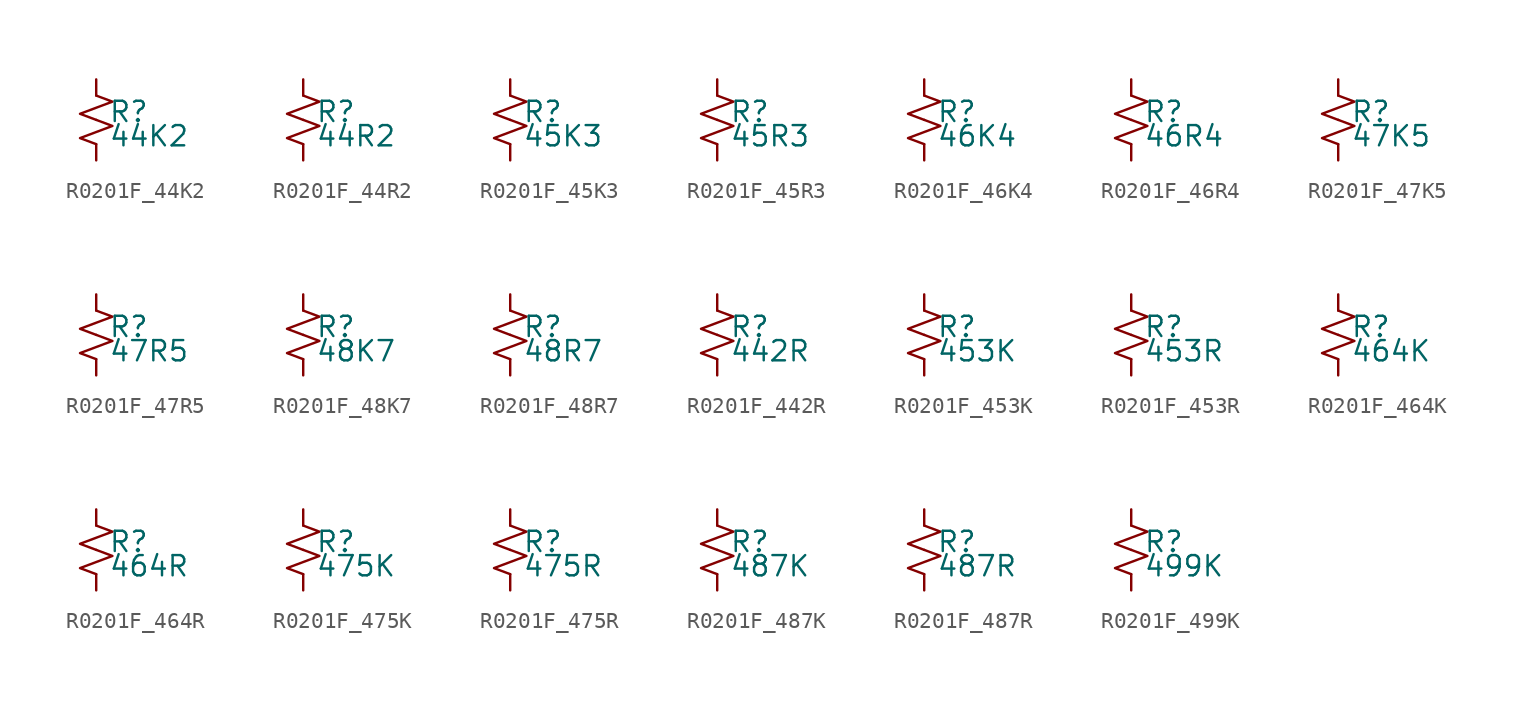
<source format=kicad_sym>
(kicad_symbol_lib
  (version 20220914)
  (generator kicad_symbol_editor)
  (symbol "R0201F_44K2"
    (pin_numbers hide)
    (pin_names
      (offset 0.254) hide)
    (property "Reference" "R"
      (at 0.762 0.508 0)
      (effects (font (size 1.27 1.27)) (justify left)))
    (property "Value" "44K2"
      (at 0.762 -1.016 0)
      (effects (font (size 1.27 1.27)) (justify left)))
    (symbol "R0201F_44K2_1_1"
      (polyline (pts (xy 0 0) (xy 1.016 -0.381) (xy 0 -0.762) (xy -1.016 -1.143) (xy 0 -1.524)) (stroke (width 0) (type default)) (fill (type none)))
      (polyline (pts (xy 0 1.524) (xy 1.016 1.143) (xy 0 0.762) (xy -1.016 0.381) (xy 0 0)) (stroke (width 0) (type default)) (fill (type none)))
      (pin passive line (at 0 2.54 270) (length 1.016) (name "~" (effects (font (size 1.27 1.27)))) (number "1" (effects (font (size 1.27 1.27)))))
      (pin passive line (at 0 -2.54 90) (length 1.016) (name "~" (effects (font (size 1.27 1.27)))) (number "2" (effects (font (size 1.27 1.27)))))))
  (symbol "R0201F_44R2"
    (pin_numbers hide)
    (pin_names
      (offset 0.254) hide)
    (property "Reference" "R"
      (at 0.762 0.508 0)
      (effects (font (size 1.27 1.27)) (justify left)))
    (property "Value" "44R2"
      (at 0.762 -1.016 0)
      (effects (font (size 1.27 1.27)) (justify left)))
    (symbol "R0201F_44R2_1_1"
      (polyline (pts (xy 0 0) (xy 1.016 -0.381) (xy 0 -0.762) (xy -1.016 -1.143) (xy 0 -1.524)) (stroke (width 0) (type default)) (fill (type none)))
      (polyline (pts (xy 0 1.524) (xy 1.016 1.143) (xy 0 0.762) (xy -1.016 0.381) (xy 0 0)) (stroke (width 0) (type default)) (fill (type none)))
      (pin passive line (at 0 2.54 270) (length 1.016) (name "~" (effects (font (size 1.27 1.27)))) (number "1" (effects (font (size 1.27 1.27)))))
      (pin passive line (at 0 -2.54 90) (length 1.016) (name "~" (effects (font (size 1.27 1.27)))) (number "2" (effects (font (size 1.27 1.27)))))))
  (symbol "R0201F_45K3"
    (pin_numbers hide)
    (pin_names
      (offset 0.254) hide)
    (property "Reference" "R"
      (at 0.762 0.508 0)
      (effects (font (size 1.27 1.27)) (justify left)))
    (property "Value" "45K3"
      (at 0.762 -1.016 0)
      (effects (font (size 1.27 1.27)) (justify left)))
    (symbol "R0201F_45K3_1_1"
      (polyline (pts (xy 0 0) (xy 1.016 -0.381) (xy 0 -0.762) (xy -1.016 -1.143) (xy 0 -1.524)) (stroke (width 0) (type default)) (fill (type none)))
      (polyline (pts (xy 0 1.524) (xy 1.016 1.143) (xy 0 0.762) (xy -1.016 0.381) (xy 0 0)) (stroke (width 0) (type default)) (fill (type none)))
      (pin passive line (at 0 2.54 270) (length 1.016) (name "~" (effects (font (size 1.27 1.27)))) (number "1" (effects (font (size 1.27 1.27)))))
      (pin passive line (at 0 -2.54 90) (length 1.016) (name "~" (effects (font (size 1.27 1.27)))) (number "2" (effects (font (size 1.27 1.27)))))))
  (symbol "R0201F_45R3"
    (pin_numbers hide)
    (pin_names
      (offset 0.254) hide)
    (property "Reference" "R"
      (at 0.762 0.508 0)
      (effects (font (size 1.27 1.27)) (justify left)))
    (property "Value" "45R3"
      (at 0.762 -1.016 0)
      (effects (font (size 1.27 1.27)) (justify left)))
    (symbol "R0201F_45R3_1_1"
      (polyline (pts (xy 0 0) (xy 1.016 -0.381) (xy 0 -0.762) (xy -1.016 -1.143) (xy 0 -1.524)) (stroke (width 0) (type default)) (fill (type none)))
      (polyline (pts (xy 0 1.524) (xy 1.016 1.143) (xy 0 0.762) (xy -1.016 0.381) (xy 0 0)) (stroke (width 0) (type default)) (fill (type none)))
      (pin passive line (at 0 2.54 270) (length 1.016) (name "~" (effects (font (size 1.27 1.27)))) (number "1" (effects (font (size 1.27 1.27)))))
      (pin passive line (at 0 -2.54 90) (length 1.016) (name "~" (effects (font (size 1.27 1.27)))) (number "2" (effects (font (size 1.27 1.27)))))))
  (symbol "R0201F_46K4"
    (pin_numbers hide)
    (pin_names
      (offset 0.254) hide)
    (property "Reference" "R"
      (at 0.762 0.508 0)
      (effects (font (size 1.27 1.27)) (justify left)))
    (property "Value" "46K4"
      (at 0.762 -1.016 0)
      (effects (font (size 1.27 1.27)) (justify left)))
    (symbol "R0201F_46K4_1_1"
      (polyline (pts (xy 0 0) (xy 1.016 -0.381) (xy 0 -0.762) (xy -1.016 -1.143) (xy 0 -1.524)) (stroke (width 0) (type default)) (fill (type none)))
      (polyline (pts (xy 0 1.524) (xy 1.016 1.143) (xy 0 0.762) (xy -1.016 0.381) (xy 0 0)) (stroke (width 0) (type default)) (fill (type none)))
      (pin passive line (at 0 2.54 270) (length 1.016) (name "~" (effects (font (size 1.27 1.27)))) (number "1" (effects (font (size 1.27 1.27)))))
      (pin passive line (at 0 -2.54 90) (length 1.016) (name "~" (effects (font (size 1.27 1.27)))) (number "2" (effects (font (size 1.27 1.27)))))))
  (symbol "R0201F_46R4"
    (pin_numbers hide)
    (pin_names
      (offset 0.254) hide)
    (property "Reference" "R"
      (at 0.762 0.508 0)
      (effects (font (size 1.27 1.27)) (justify left)))
    (property "Value" "46R4"
      (at 0.762 -1.016 0)
      (effects (font (size 1.27 1.27)) (justify left)))
    (symbol "R0201F_46R4_1_1"
      (polyline (pts (xy 0 0) (xy 1.016 -0.381) (xy 0 -0.762) (xy -1.016 -1.143) (xy 0 -1.524)) (stroke (width 0) (type default)) (fill (type none)))
      (polyline (pts (xy 0 1.524) (xy 1.016 1.143) (xy 0 0.762) (xy -1.016 0.381) (xy 0 0)) (stroke (width 0) (type default)) (fill (type none)))
      (pin passive line (at 0 2.54 270) (length 1.016) (name "~" (effects (font (size 1.27 1.27)))) (number "1" (effects (font (size 1.27 1.27)))))
      (pin passive line (at 0 -2.54 90) (length 1.016) (name "~" (effects (font (size 1.27 1.27)))) (number "2" (effects (font (size 1.27 1.27)))))))
  (symbol "R0201F_47K5"
    (pin_numbers hide)
    (pin_names
      (offset 0.254) hide)
    (property "Reference" "R"
      (at 0.762 0.508 0)
      (effects (font (size 1.27 1.27)) (justify left)))
    (property "Value" "47K5"
      (at 0.762 -1.016 0)
      (effects (font (size 1.27 1.27)) (justify left)))
    (symbol "R0201F_47K5_1_1"
      (polyline (pts (xy 0 0) (xy 1.016 -0.381) (xy 0 -0.762) (xy -1.016 -1.143) (xy 0 -1.524)) (stroke (width 0) (type default)) (fill (type none)))
      (polyline (pts (xy 0 1.524) (xy 1.016 1.143) (xy 0 0.762) (xy -1.016 0.381) (xy 0 0)) (stroke (width 0) (type default)) (fill (type none)))
      (pin passive line (at 0 2.54 270) (length 1.016) (name "~" (effects (font (size 1.27 1.27)))) (number "1" (effects (font (size 1.27 1.27)))))
      (pin passive line (at 0 -2.54 90) (length 1.016) (name "~" (effects (font (size 1.27 1.27)))) (number "2" (effects (font (size 1.27 1.27)))))))
  (symbol "R0201F_47R5"
    (pin_numbers hide)
    (pin_names
      (offset 0.254) hide)
    (property "Reference" "R"
      (at 0.762 0.508 0)
      (effects (font (size 1.27 1.27)) (justify left)))
    (property "Value" "47R5"
      (at 0.762 -1.016 0)
      (effects (font (size 1.27 1.27)) (justify left)))
    (symbol "R0201F_47R5_1_1"
      (polyline (pts (xy 0 0) (xy 1.016 -0.381) (xy 0 -0.762) (xy -1.016 -1.143) (xy 0 -1.524)) (stroke (width 0) (type default)) (fill (type none)))
      (polyline (pts (xy 0 1.524) (xy 1.016 1.143) (xy 0 0.762) (xy -1.016 0.381) (xy 0 0)) (stroke (width 0) (type default)) (fill (type none)))
      (pin passive line (at 0 2.54 270) (length 1.016) (name "~" (effects (font (size 1.27 1.27)))) (number "1" (effects (font (size 1.27 1.27)))))
      (pin passive line (at 0 -2.54 90) (length 1.016) (name "~" (effects (font (size 1.27 1.27)))) (number "2" (effects (font (size 1.27 1.27)))))))
  (symbol "R0201F_48K7"
    (pin_numbers hide)
    (pin_names
      (offset 0.254) hide)
    (property "Reference" "R"
      (at 0.762 0.508 0)
      (effects (font (size 1.27 1.27)) (justify left)))
    (property "Value" "48K7"
      (at 0.762 -1.016 0)
      (effects (font (size 1.27 1.27)) (justify left)))
    (symbol "R0201F_48K7_1_1"
      (polyline (pts (xy 0 0) (xy 1.016 -0.381) (xy 0 -0.762) (xy -1.016 -1.143) (xy 0 -1.524)) (stroke (width 0) (type default)) (fill (type none)))
      (polyline (pts (xy 0 1.524) (xy 1.016 1.143) (xy 0 0.762) (xy -1.016 0.381) (xy 0 0)) (stroke (width 0) (type default)) (fill (type none)))
      (pin passive line (at 0 2.54 270) (length 1.016) (name "~" (effects (font (size 1.27 1.27)))) (number "1" (effects (font (size 1.27 1.27)))))
      (pin passive line (at 0 -2.54 90) (length 1.016) (name "~" (effects (font (size 1.27 1.27)))) (number "2" (effects (font (size 1.27 1.27)))))))
  (symbol "R0201F_48R7"
    (pin_numbers hide)
    (pin_names
      (offset 0.254) hide)
    (property "Reference" "R"
      (at 0.762 0.508 0)
      (effects (font (size 1.27 1.27)) (justify left)))
    (property "Value" "48R7"
      (at 0.762 -1.016 0)
      (effects (font (size 1.27 1.27)) (justify left)))
    (symbol "R0201F_48R7_1_1"
      (polyline (pts (xy 0 0) (xy 1.016 -0.381) (xy 0 -0.762) (xy -1.016 -1.143) (xy 0 -1.524)) (stroke (width 0) (type default)) (fill (type none)))
      (polyline (pts (xy 0 1.524) (xy 1.016 1.143) (xy 0 0.762) (xy -1.016 0.381) (xy 0 0)) (stroke (width 0) (type default)) (fill (type none)))
      (pin passive line (at 0 2.54 270) (length 1.016) (name "~" (effects (font (size 1.27 1.27)))) (number "1" (effects (font (size 1.27 1.27)))))
      (pin passive line (at 0 -2.54 90) (length 1.016) (name "~" (effects (font (size 1.27 1.27)))) (number "2" (effects (font (size 1.27 1.27)))))))
  (symbol "R0201F_442R"
    (pin_numbers hide)
    (pin_names
      (offset 0.254) hide)
    (property "Reference" "R"
      (at 0.762 0.508 0)
      (effects (font (size 1.27 1.27)) (justify left)))
    (property "Value" "442R"
      (at 0.762 -1.016 0)
      (effects (font (size 1.27 1.27)) (justify left)))
    (symbol "R0201F_442R_1_1"
      (polyline (pts (xy 0 0) (xy 1.016 -0.381) (xy 0 -0.762) (xy -1.016 -1.143) (xy 0 -1.524)) (stroke (width 0) (type default)) (fill (type none)))
      (polyline (pts (xy 0 1.524) (xy 1.016 1.143) (xy 0 0.762) (xy -1.016 0.381) (xy 0 0)) (stroke (width 0) (type default)) (fill (type none)))
      (pin passive line (at 0 2.54 270) (length 1.016) (name "~" (effects (font (size 1.27 1.27)))) (number "1" (effects (font (size 1.27 1.27)))))
      (pin passive line (at 0 -2.54 90) (length 1.016) (name "~" (effects (font (size 1.27 1.27)))) (number "2" (effects (font (size 1.27 1.27)))))))
  (symbol "R0201F_453K"
    (pin_numbers hide)
    (pin_names
      (offset 0.254) hide)
    (property "Reference" "R"
      (at 0.762 0.508 0)
      (effects (font (size 1.27 1.27)) (justify left)))
    (property "Value" "453K"
      (at 0.762 -1.016 0)
      (effects (font (size 1.27 1.27)) (justify left)))
    (symbol "R0201F_453K_1_1"
      (polyline (pts (xy 0 0) (xy 1.016 -0.381) (xy 0 -0.762) (xy -1.016 -1.143) (xy 0 -1.524)) (stroke (width 0) (type default)) (fill (type none)))
      (polyline (pts (xy 0 1.524) (xy 1.016 1.143) (xy 0 0.762) (xy -1.016 0.381) (xy 0 0)) (stroke (width 0) (type default)) (fill (type none)))
      (pin passive line (at 0 2.54 270) (length 1.016) (name "~" (effects (font (size 1.27 1.27)))) (number "1" (effects (font (size 1.27 1.27)))))
      (pin passive line (at 0 -2.54 90) (length 1.016) (name "~" (effects (font (size 1.27 1.27)))) (number "2" (effects (font (size 1.27 1.27)))))))
  (symbol "R0201F_453R"
    (pin_numbers hide)
    (pin_names
      (offset 0.254) hide)
    (property "Reference" "R"
      (at 0.762 0.508 0)
      (effects (font (size 1.27 1.27)) (justify left)))
    (property "Value" "453R"
      (at 0.762 -1.016 0)
      (effects (font (size 1.27 1.27)) (justify left)))
    (symbol "R0201F_453R_1_1"
      (polyline (pts (xy 0 0) (xy 1.016 -0.381) (xy 0 -0.762) (xy -1.016 -1.143) (xy 0 -1.524)) (stroke (width 0) (type default)) (fill (type none)))
      (polyline (pts (xy 0 1.524) (xy 1.016 1.143) (xy 0 0.762) (xy -1.016 0.381) (xy 0 0)) (stroke (width 0) (type default)) (fill (type none)))
      (pin passive line (at 0 2.54 270) (length 1.016) (name "~" (effects (font (size 1.27 1.27)))) (number "1" (effects (font (size 1.27 1.27)))))
      (pin passive line (at 0 -2.54 90) (length 1.016) (name "~" (effects (font (size 1.27 1.27)))) (number "2" (effects (font (size 1.27 1.27)))))))
  (symbol "R0201F_464K"
    (pin_numbers hide)
    (pin_names
      (offset 0.254) hide)
    (property "Reference" "R"
      (at 0.762 0.508 0)
      (effects (font (size 1.27 1.27)) (justify left)))
    (property "Value" "464K"
      (at 0.762 -1.016 0)
      (effects (font (size 1.27 1.27)) (justify left)))
    (symbol "R0201F_464K_1_1"
      (polyline (pts (xy 0 0) (xy 1.016 -0.381) (xy 0 -0.762) (xy -1.016 -1.143) (xy 0 -1.524)) (stroke (width 0) (type default)) (fill (type none)))
      (polyline (pts (xy 0 1.524) (xy 1.016 1.143) (xy 0 0.762) (xy -1.016 0.381) (xy 0 0)) (stroke (width 0) (type default)) (fill (type none)))
      (pin passive line (at 0 2.54 270) (length 1.016) (name "~" (effects (font (size 1.27 1.27)))) (number "1" (effects (font (size 1.27 1.27)))))
      (pin passive line (at 0 -2.54 90) (length 1.016) (name "~" (effects (font (size 1.27 1.27)))) (number "2" (effects (font (size 1.27 1.27)))))))
  (symbol "R0201F_464R"
    (pin_numbers hide)
    (pin_names
      (offset 0.254) hide)
    (property "Reference" "R"
      (at 0.762 0.508 0)
      (effects (font (size 1.27 1.27)) (justify left)))
    (property "Value" "464R"
      (at 0.762 -1.016 0)
      (effects (font (size 1.27 1.27)) (justify left)))
    (symbol "R0201F_464R_1_1"
      (polyline (pts (xy 0 0) (xy 1.016 -0.381) (xy 0 -0.762) (xy -1.016 -1.143) (xy 0 -1.524)) (stroke (width 0) (type default)) (fill (type none)))
      (polyline (pts (xy 0 1.524) (xy 1.016 1.143) (xy 0 0.762) (xy -1.016 0.381) (xy 0 0)) (stroke (width 0) (type default)) (fill (type none)))
      (pin passive line (at 0 2.54 270) (length 1.016) (name "~" (effects (font (size 1.27 1.27)))) (number "1" (effects (font (size 1.27 1.27)))))
      (pin passive line (at 0 -2.54 90) (length 1.016) (name "~" (effects (font (size 1.27 1.27)))) (number "2" (effects (font (size 1.27 1.27)))))))
  (symbol "R0201F_475K"
    (pin_numbers hide)
    (pin_names
      (offset 0.254) hide)
    (property "Reference" "R"
      (at 0.762 0.508 0)
      (effects (font (size 1.27 1.27)) (justify left)))
    (property "Value" "475K"
      (at 0.762 -1.016 0)
      (effects (font (size 1.27 1.27)) (justify left)))
    (symbol "R0201F_475K_1_1"
      (polyline (pts (xy 0 0) (xy 1.016 -0.381) (xy 0 -0.762) (xy -1.016 -1.143) (xy 0 -1.524)) (stroke (width 0) (type default)) (fill (type none)))
      (polyline (pts (xy 0 1.524) (xy 1.016 1.143) (xy 0 0.762) (xy -1.016 0.381) (xy 0 0)) (stroke (width 0) (type default)) (fill (type none)))
      (pin passive line (at 0 2.54 270) (length 1.016) (name "~" (effects (font (size 1.27 1.27)))) (number "1" (effects (font (size 1.27 1.27)))))
      (pin passive line (at 0 -2.54 90) (length 1.016) (name "~" (effects (font (size 1.27 1.27)))) (number "2" (effects (font (size 1.27 1.27)))))))
  (symbol "R0201F_475R"
    (pin_numbers hide)
    (pin_names
      (offset 0.254) hide)
    (property "Reference" "R"
      (at 0.762 0.508 0)
      (effects (font (size 1.27 1.27)) (justify left)))
    (property "Value" "475R"
      (at 0.762 -1.016 0)
      (effects (font (size 1.27 1.27)) (justify left)))
    (symbol "R0201F_475R_1_1"
      (polyline (pts (xy 0 0) (xy 1.016 -0.381) (xy 0 -0.762) (xy -1.016 -1.143) (xy 0 -1.524)) (stroke (width 0) (type default)) (fill (type none)))
      (polyline (pts (xy 0 1.524) (xy 1.016 1.143) (xy 0 0.762) (xy -1.016 0.381) (xy 0 0)) (stroke (width 0) (type default)) (fill (type none)))
      (pin passive line (at 0 2.54 270) (length 1.016) (name "~" (effects (font (size 1.27 1.27)))) (number "1" (effects (font (size 1.27 1.27)))))
      (pin passive line (at 0 -2.54 90) (length 1.016) (name "~" (effects (font (size 1.27 1.27)))) (number "2" (effects (font (size 1.27 1.27)))))))
  (symbol "R0201F_487K"
    (pin_numbers hide)
    (pin_names
      (offset 0.254) hide)
    (property "Reference" "R"
      (at 0.762 0.508 0)
      (effects (font (size 1.27 1.27)) (justify left)))
    (property "Value" "487K"
      (at 0.762 -1.016 0)
      (effects (font (size 1.27 1.27)) (justify left)))
    (symbol "R0201F_487K_1_1"
      (polyline (pts (xy 0 0) (xy 1.016 -0.381) (xy 0 -0.762) (xy -1.016 -1.143) (xy 0 -1.524)) (stroke (width 0) (type default)) (fill (type none)))
      (polyline (pts (xy 0 1.524) (xy 1.016 1.143) (xy 0 0.762) (xy -1.016 0.381) (xy 0 0)) (stroke (width 0) (type default)) (fill (type none)))
      (pin passive line (at 0 2.54 270) (length 1.016) (name "~" (effects (font (size 1.27 1.27)))) (number "1" (effects (font (size 1.27 1.27)))))
      (pin passive line (at 0 -2.54 90) (length 1.016) (name "~" (effects (font (size 1.27 1.27)))) (number "2" (effects (font (size 1.27 1.27)))))))
  (symbol "R0201F_487R"
    (pin_numbers hide)
    (pin_names
      (offset 0.254) hide)
    (property "Reference" "R"
      (at 0.762 0.508 0)
      (effects (font (size 1.27 1.27)) (justify left)))
    (property "Value" "487R"
      (at 0.762 -1.016 0)
      (effects (font (size 1.27 1.27)) (justify left)))
    (symbol "R0201F_487R_1_1"
      (polyline (pts (xy 0 0) (xy 1.016 -0.381) (xy 0 -0.762) (xy -1.016 -1.143) (xy 0 -1.524)) (stroke (width 0) (type default)) (fill (type none)))
      (polyline (pts (xy 0 1.524) (xy 1.016 1.143) (xy 0 0.762) (xy -1.016 0.381) (xy 0 0)) (stroke (width 0) (type default)) (fill (type none)))
      (pin passive line (at 0 2.54 270) (length 1.016) (name "~" (effects (font (size 1.27 1.27)))) (number "1" (effects (font (size 1.27 1.27)))))
      (pin passive line (at 0 -2.54 90) (length 1.016) (name "~" (effects (font (size 1.27 1.27)))) (number "2" (effects (font (size 1.27 1.27)))))))
  (symbol "R0201F_499K"
    (pin_numbers hide)
    (pin_names
      (offset 0.254) hide)
    (property "Reference" "R"
      (at 0.762 0.508 0)
      (effects (font (size 1.27 1.27)) (justify left)))
    (property "Value" "499K"
      (at 0.762 -1.016 0)
      (effects (font (size 1.27 1.27)) (justify left)))
    (symbol "R0201F_499K_1_1"
      (polyline (pts (xy 0 0) (xy 1.016 -0.381) (xy 0 -0.762) (xy -1.016 -1.143) (xy 0 -1.524)) (stroke (width 0) (type default)) (fill (type none)))
      (polyline (pts (xy 0 1.524) (xy 1.016 1.143) (xy 0 0.762) (xy -1.016 0.381) (xy 0 0)) (stroke (width 0) (type default)) (fill (type none)))
      (pin passive line (at 0 2.54 270) (length 1.016) (name "~" (effects (font (size 1.27 1.27)))) (number "1" (effects (font (size 1.27 1.27)))))
      (pin passive line (at 0 -2.54 90) (length 1.016) (name "~" (effects (font (size 1.27 1.27)))) (number "2" (effects (font (size 1.27 1.27))))))))
</source>
